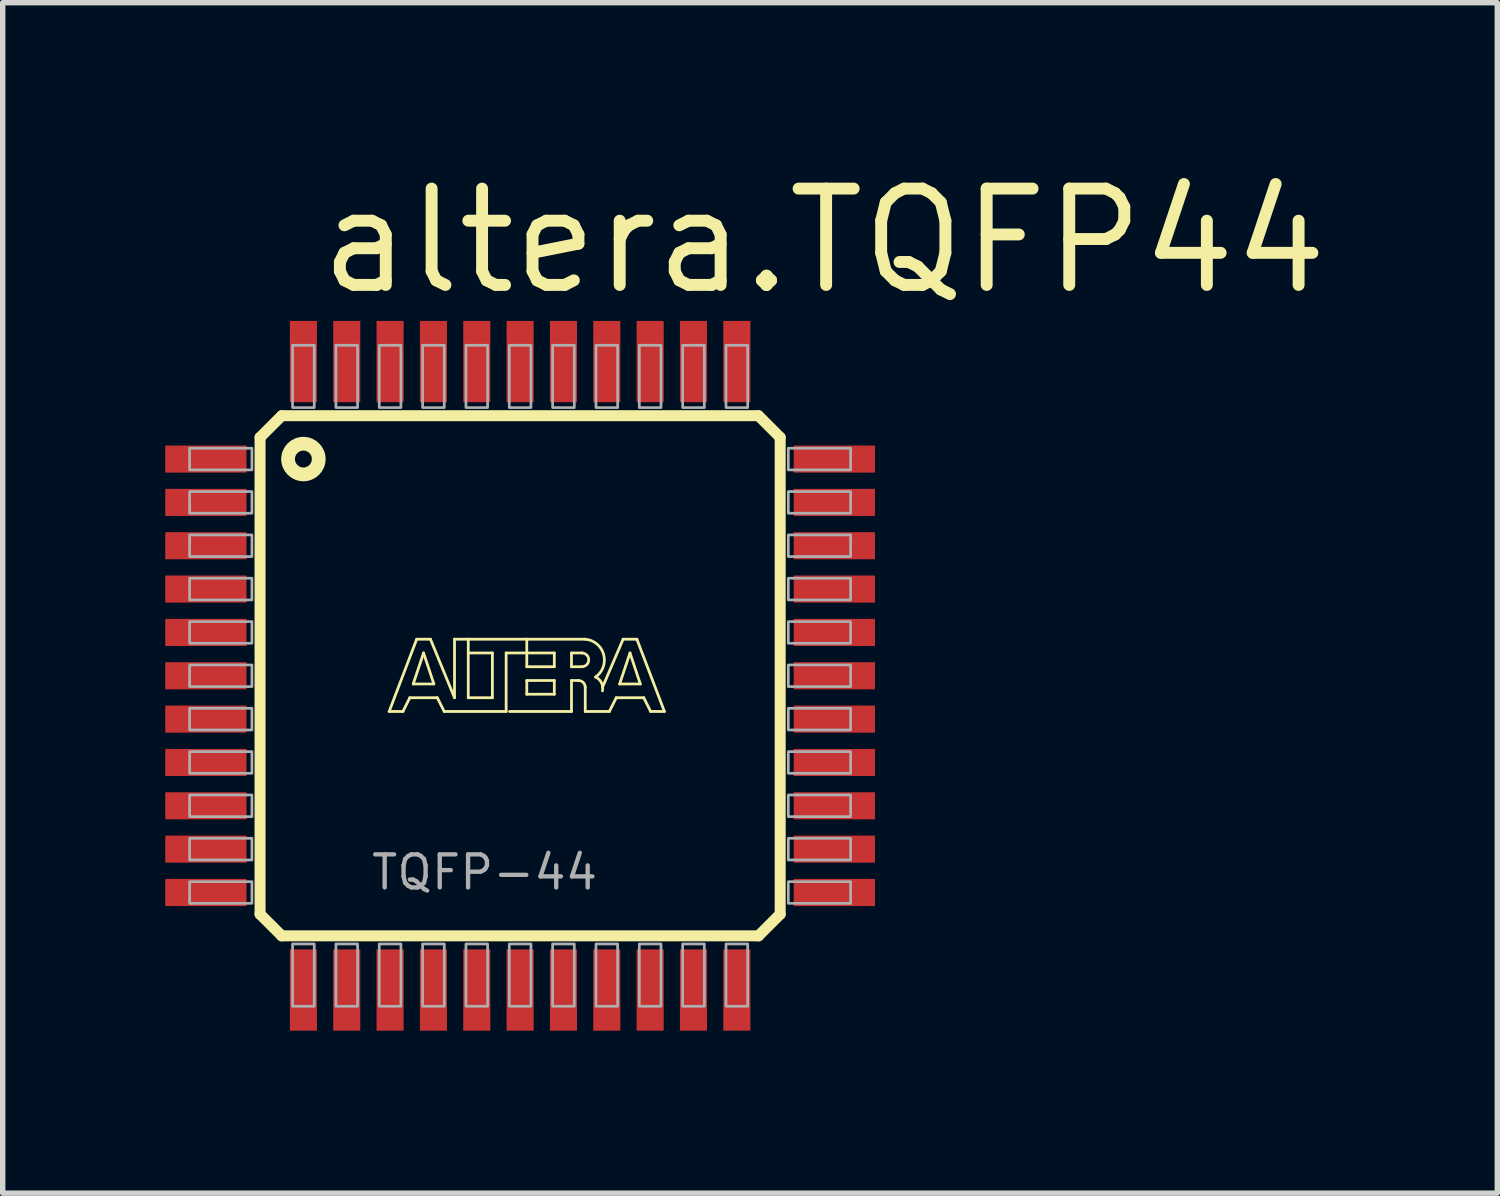
<source format=kicad_pcb>
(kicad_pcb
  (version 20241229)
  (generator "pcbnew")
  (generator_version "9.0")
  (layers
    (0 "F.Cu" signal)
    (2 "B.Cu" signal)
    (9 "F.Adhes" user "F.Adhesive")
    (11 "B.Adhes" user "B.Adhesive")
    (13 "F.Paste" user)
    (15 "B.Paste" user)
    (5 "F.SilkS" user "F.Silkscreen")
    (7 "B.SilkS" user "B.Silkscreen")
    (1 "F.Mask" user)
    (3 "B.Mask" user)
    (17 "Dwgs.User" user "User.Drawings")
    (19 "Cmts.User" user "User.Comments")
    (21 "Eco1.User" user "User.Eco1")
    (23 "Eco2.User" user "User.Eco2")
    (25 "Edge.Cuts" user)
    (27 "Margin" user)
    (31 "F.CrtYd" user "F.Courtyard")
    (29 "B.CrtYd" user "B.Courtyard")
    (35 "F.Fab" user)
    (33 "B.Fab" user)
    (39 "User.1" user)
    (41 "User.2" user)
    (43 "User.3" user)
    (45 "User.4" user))
  (footprint "altera.TQFP44"
    (layer "F.Cu")
    (at 6.55 9.423)
    (property "Reference" "altera.TQFP44" (at -3.81 -6.985 0) (layer "F.SilkS") (effects (font (size 1.778 1.778) (thickness 0.22)) (justify left bottom)))
    (attr smd)
    (fp_line (start -4.8 -4.4) (end -4.4 -4.8) (stroke (width 0.203) (type default)) (layer "F.SilkS"))
    (fp_line (start -4.8 4.4) (end -4.8 -4.4) (stroke (width 0.203) (type default)) (layer "F.SilkS"))
    (fp_line (start -4.4 -4.8) (end 4.4 -4.8) (stroke (width 0.203) (type default)) (layer "F.SilkS"))
    (fp_line (start -4.4 4.8) (end -4.8 4.4) (stroke (width 0.203) (type default)) (layer "F.SilkS"))
    (fp_line (start -2.417 0.659) (end -1.909 -0.675) (stroke (width 0.051) (type default)) (layer "F.SilkS"))
    (fp_line (start -2.163 0.659) (end -2.417 0.659) (stroke (width 0.051) (type default)) (layer "F.SilkS"))
    (fp_line (start -2.036 0.405) (end -2.163 0.659) (stroke (width 0.051) (type default)) (layer "F.SilkS"))
    (fp_line (start -1.973 0.151) (end -1.592 0.151) (stroke (width 0.051) (type default)) (layer "F.SilkS"))
    (fp_line (start -1.909 -0.675) (end -1.655 -0.675) (stroke (width 0.051) (type default)) (layer "F.SilkS"))
    (fp_line (start -1.782 -0.421) (end -1.973 0.151) (stroke (width 0.051) (type default)) (layer "F.SilkS"))
    (fp_line (start -1.655 -0.675) (end -1.211 0.405) (stroke (width 0.051) (type default)) (layer "F.SilkS"))
    (fp_line (start -1.592 0.151) (end -1.782 -0.421) (stroke (width 0.051) (type default)) (layer "F.SilkS"))
    (fp_line (start -1.528 0.405) (end -2.036 0.405) (stroke (width 0.051) (type default)) (layer "F.SilkS"))
    (fp_line (start -1.401 0.659) (end -1.528 0.405) (stroke (width 0.051) (type default)) (layer "F.SilkS"))
    (fp_line (start -1.211 -0.675) (end -0.957 -0.675) (stroke (width 0.051) (type default)) (layer "F.SilkS"))
    (fp_line (start -1.211 0.405) (end -1.211 -0.675) (stroke (width 0.051) (type default)) (layer "F.SilkS"))
    (fp_line (start -0.957 -0.675) (end -0.957 -0.421) (stroke (width 0.051) (type default)) (layer "F.SilkS"))
    (fp_line (start -0.957 -0.675) (end 0.123 -0.675) (stroke (width 0.051) (type default)) (layer "F.SilkS"))
    (fp_line (start -0.957 -0.421) (end -0.957 0.405) (stroke (width 0.051) (type default)) (layer "F.SilkS"))
    (fp_line (start -0.957 0.405) (end -0.512 0.405) (stroke (width 0.051) (type default)) (layer "F.SilkS"))
    (fp_line (start -0.512 -0.421) (end -0.957 -0.421) (stroke (width 0.051) (type default)) (layer "F.SilkS"))
    (fp_line (start -0.512 0.405) (end -0.512 -0.421) (stroke (width 0.051) (type default)) (layer "F.SilkS"))
    (fp_line (start -0.258 -0.421) (end -0.258 0.659) (stroke (width 0.051) (type default)) (layer "F.SilkS"))
    (fp_line (start -0.258 0.659) (end -1.401 0.659) (stroke (width 0.051) (type default)) (layer "F.SilkS"))
    (fp_line (start 0.123 -0.675) (end 0.123 -0.421) (stroke (width 0.051) (type default)) (layer "F.SilkS"))
    (fp_line (start 0.123 -0.675) (end 1.202 -0.675) (stroke (width 0.051) (type default)) (layer "F.SilkS"))
    (fp_line (start 0.123 -0.421) (end -0.258 -0.421) (stroke (width 0.051) (type default)) (layer "F.SilkS"))
    (fp_line (start 0.123 -0.421) (end 0.123 -0.167) (stroke (width 0.051) (type default)) (layer "F.SilkS"))
    (fp_line (start 0.123 -0.167) (end 0.631 -0.167) (stroke (width 0.051) (type default)) (layer "F.SilkS"))
    (fp_line (start 0.123 0.087) (end 0.631 0.087) (stroke (width 0.051) (type default)) (layer "F.SilkS"))
    (fp_line (start 0.123 0.341) (end 0.123 0.087) (stroke (width 0.051) (type default)) (layer "F.SilkS"))
    (fp_line (start 0.631 -0.421) (end 0.123 -0.421) (stroke (width 0.051) (type default)) (layer "F.SilkS"))
    (fp_line (start 0.631 -0.167) (end 0.631 -0.421) (stroke (width 0.051) (type default)) (layer "F.SilkS"))
    (fp_line (start 0.631 0.087) (end 0.631 0.341) (stroke (width 0.051) (type default)) (layer "F.SilkS"))
    (fp_line (start 0.631 0.341) (end 0.123 0.341) (stroke (width 0.051) (type default)) (layer "F.SilkS"))
    (fp_line (start 0.948 -0.421) (end 0.948 -0.167) (stroke (width 0.051) (type default)) (layer "F.SilkS"))
    (fp_line (start 0.948 -0.167) (end 1.139 -0.167) (stroke (width 0.051) (type default)) (layer "F.SilkS"))
    (fp_line (start 0.948 0.087) (end 0.948 0.659) (stroke (width 0.051) (type default)) (layer "F.SilkS"))
    (fp_line (start 0.948 0.087) (end 1.075 0.087) (stroke (width 0.051) (type default)) (layer "F.SilkS"))
    (fp_line (start 0.948 0.659) (end -0.195 0.659) (stroke (width 0.051) (type default)) (layer "F.SilkS"))
    (fp_line (start 1.139 -0.421) (end 0.948 -0.421) (stroke (width 0.051) (type default)) (layer "F.SilkS"))
    (fp_line (start 1.202 0.214) (end 1.202 0.659) (stroke (width 0.051) (type default)) (layer "F.SilkS"))
    (fp_line (start 1.202 0.659) (end 1.647 0.659) (stroke (width 0.051) (type default)) (layer "F.SilkS"))
    (fp_line (start 1.647 0.659) (end 1.774 0.405) (stroke (width 0.051) (type default)) (layer "F.SilkS"))
    (fp_line (start 1.774 0.405) (end 2.282 0.405) (stroke (width 0.051) (type default)) (layer "F.SilkS"))
    (fp_line (start 1.837 0.151) (end 2.028 -0.421) (stroke (width 0.051) (type default)) (layer "F.SilkS"))
    (fp_line (start 1.901 -0.675) (end 1.52 0.214) (stroke (width 0.051) (type default)) (layer "F.SilkS"))
    (fp_line (start 2.028 -0.421) (end 2.218 0.151) (stroke (width 0.051) (type default)) (layer "F.SilkS"))
    (fp_line (start 2.155 -0.675) (end 1.901 -0.675) (stroke (width 0.051) (type default)) (layer "F.SilkS"))
    (fp_line (start 2.218 0.151) (end 1.837 0.151) (stroke (width 0.051) (type default)) (layer "F.SilkS"))
    (fp_line (start 2.282 0.405) (end 2.409 0.659) (stroke (width 0.051) (type default)) (layer "F.SilkS"))
    (fp_line (start 2.409 0.659) (end 2.663 0.659) (stroke (width 0.051) (type default)) (layer "F.SilkS"))
    (fp_line (start 2.663 0.659) (end 2.155 -0.675) (stroke (width 0.051) (type default)) (layer "F.SilkS"))
    (fp_line (start 4.4 -4.8) (end 4.8 -4.4) (stroke (width 0.203) (type default)) (layer "F.SilkS"))
    (fp_line (start 4.4 4.8) (end -4.4 4.8) (stroke (width 0.203) (type default)) (layer "F.SilkS"))
    (fp_line (start 4.8 -4.4) (end 4.8 4.4) (stroke (width 0.203) (type default)) (layer "F.SilkS"))
    (fp_line (start 4.8 4.4) (end 4.4 4.8) (stroke (width 0.203) (type default)) (layer "F.SilkS"))
    (fp_arc (start 1.075 0.087) (mid 1.164803 0.124197) (end 1.202 0.214) (stroke (width 0.0508) (type default)) (layer "F.SilkS"))
    (fp_arc (start 1.139 -0.421) (mid 1.266 -0.294) (end 1.139 -0.167) (stroke (width 0.0508) (type default)) (layer "F.SilkS"))
    (fp_arc (start 1.202 -0.675) (mid 1.542015 -0.39233) (end 1.3928 0.0239) (stroke (width 0.0508) (type default)) (layer "F.SilkS"))
    (fp_arc (start 1.3929 0.0234) (mid 1.500901 0.128252) (end 1.5197 0.2776) (stroke (width 0.0508) (type default)) (layer "F.SilkS"))
    (fp_circle (center -4 -4) (end -3.717 -4) (stroke (width 0.254) (type default)) (fill no) (layer "F.SilkS"))
    (fp_rect (start -6.1 -3.8) (end -4.95 -4.2) (stroke (width 0.05) (type default)) (fill no) (layer "F.Fab"))
    (fp_rect (start -6.1 -3) (end -4.95 -3.4) (stroke (width 0.05) (type default)) (fill no) (layer "F.Fab"))
    (fp_rect (start -6.1 -2.2) (end -4.95 -2.6) (stroke (width 0.05) (type default)) (fill no) (layer "F.Fab"))
    (fp_rect (start -6.1 -1.4) (end -4.95 -1.8) (stroke (width 0.05) (type default)) (fill no) (layer "F.Fab"))
    (fp_rect (start -6.1 -0.6) (end -4.95 -1) (stroke (width 0.05) (type default)) (fill no) (layer "F.Fab"))
    (fp_rect (start -6.1 0.2) (end -4.95 -0.2) (stroke (width 0.05) (type default)) (fill no) (layer "F.Fab"))
    (fp_rect (start -6.1 1) (end -4.95 0.6) (stroke (width 0.05) (type default)) (fill no) (layer "F.Fab"))
    (fp_rect (start -6.1 1.8) (end -4.95 1.4) (stroke (width 0.05) (type default)) (fill no) (layer "F.Fab"))
    (fp_rect (start -6.1 2.6) (end -4.95 2.2) (stroke (width 0.05) (type default)) (fill no) (layer "F.Fab"))
    (fp_rect (start -6.1 3.4) (end -4.95 3) (stroke (width 0.05) (type default)) (fill no) (layer "F.Fab"))
    (fp_rect (start -6.1 4.2) (end -4.95 3.8) (stroke (width 0.05) (type default)) (fill no) (layer "F.Fab"))
    (fp_rect (start -4.2 -4.95) (end -3.8 -6.1) (stroke (width 0.05) (type default)) (fill no) (layer "F.Fab"))
    (fp_rect (start -4.2 6.1) (end -3.8 4.95) (stroke (width 0.05) (type default)) (fill no) (layer "F.Fab"))
    (fp_rect (start -3.4 -4.95) (end -3 -6.1) (stroke (width 0.05) (type default)) (fill no) (layer "F.Fab"))
    (fp_rect (start -3.4 6.1) (end -3 4.95) (stroke (width 0.05) (type default)) (fill no) (layer "F.Fab"))
    (fp_rect (start -2.6 -4.95) (end -2.2 -6.1) (stroke (width 0.05) (type default)) (fill no) (layer "F.Fab"))
    (fp_rect (start -2.6 6.1) (end -2.2 4.95) (stroke (width 0.05) (type default)) (fill no) (layer "F.Fab"))
    (fp_rect (start -1.8 -4.95) (end -1.4 -6.1) (stroke (width 0.05) (type default)) (fill no) (layer "F.Fab"))
    (fp_rect (start -1.8 6.1) (end -1.4 4.95) (stroke (width 0.05) (type default)) (fill no) (layer "F.Fab"))
    (fp_rect (start -1 -4.95) (end -0.6 -6.1) (stroke (width 0.05) (type default)) (fill no) (layer "F.Fab"))
    (fp_rect (start -1 6.1) (end -0.6 4.95) (stroke (width 0.05) (type default)) (fill no) (layer "F.Fab"))
    (fp_rect (start -0.2 -4.95) (end 0.2 -6.1) (stroke (width 0.05) (type default)) (fill no) (layer "F.Fab"))
    (fp_rect (start -0.2 6.1) (end 0.2 4.95) (stroke (width 0.05) (type default)) (fill no) (layer "F.Fab"))
    (fp_rect (start 0.6 -4.95) (end 1 -6.1) (stroke (width 0.05) (type default)) (fill no) (layer "F.Fab"))
    (fp_rect (start 0.6 6.1) (end 1 4.95) (stroke (width 0.05) (type default)) (fill no) (layer "F.Fab"))
    (fp_rect (start 1.4 -4.95) (end 1.8 -6.1) (stroke (width 0.05) (type default)) (fill no) (layer "F.Fab"))
    (fp_rect (start 1.4 6.1) (end 1.8 4.95) (stroke (width 0.05) (type default)) (fill no) (layer "F.Fab"))
    (fp_rect (start 2.2 -4.95) (end 2.6 -6.1) (stroke (width 0.05) (type default)) (fill no) (layer "F.Fab"))
    (fp_rect (start 2.2 6.1) (end 2.6 4.95) (stroke (width 0.05) (type default)) (fill no) (layer "F.Fab"))
    (fp_rect (start 3 -4.95) (end 3.4 -6.1) (stroke (width 0.05) (type default)) (fill no) (layer "F.Fab"))
    (fp_rect (start 3 6.1) (end 3.4 4.95) (stroke (width 0.05) (type default)) (fill no) (layer "F.Fab"))
    (fp_rect (start 3.8 -4.95) (end 4.2 -6.1) (stroke (width 0.05) (type default)) (fill no) (layer "F.Fab"))
    (fp_rect (start 3.8 6.1) (end 4.2 4.95) (stroke (width 0.05) (type default)) (fill no) (layer "F.Fab"))
    (fp_rect (start 4.95 -3.8) (end 6.1 -4.2) (stroke (width 0.05) (type default)) (fill no) (layer "F.Fab"))
    (fp_rect (start 4.95 -3) (end 6.1 -3.4) (stroke (width 0.05) (type default)) (fill no) (layer "F.Fab"))
    (fp_rect (start 4.95 -2.2) (end 6.1 -2.6) (stroke (width 0.05) (type default)) (fill no) (layer "F.Fab"))
    (fp_rect (start 4.95 -1.4) (end 6.1 -1.8) (stroke (width 0.05) (type default)) (fill no) (layer "F.Fab"))
    (fp_rect (start 4.95 -0.6) (end 6.1 -1) (stroke (width 0.05) (type default)) (fill no) (layer "F.Fab"))
    (fp_rect (start 4.95 0.2) (end 6.1 -0.2) (stroke (width 0.05) (type default)) (fill no) (layer "F.Fab"))
    (fp_rect (start 4.95 1) (end 6.1 0.6) (stroke (width 0.05) (type default)) (fill no) (layer "F.Fab"))
    (fp_rect (start 4.95 1.8) (end 6.1 1.4) (stroke (width 0.05) (type default)) (fill no) (layer "F.Fab"))
    (fp_rect (start 4.95 2.6) (end 6.1 2.2) (stroke (width 0.05) (type default)) (fill no) (layer "F.Fab"))
    (fp_rect (start 4.95 3.4) (end 6.1 3) (stroke (width 0.05) (type default)) (fill no) (layer "F.Fab"))
    (fp_rect (start 4.95 4.2) (end 6.1 3.8) (stroke (width 0.05) (type default)) (fill no) (layer "F.Fab"))
    (fp_text user "TQFP-44" (at -2.785 3.985 0) (layer "F.Fab") (effects (font (size 0.61 0.61) (thickness 0.08)) (justify left bottom)))
    (pad "1" smd roundrect (at -5.8 -4) (size 1.5 0.5) (layers "F.Cu" "F.Mask" "F.Paste") (roundrect_rratio 0.01))
    (pad "2" smd roundrect (at -5.8 -3.2) (size 1.5 0.5) (layers "F.Cu" "F.Mask" "F.Paste") (roundrect_rratio 0.01))
    (pad "3" smd roundrect (at -5.8 -2.4) (size 1.5 0.5) (layers "F.Cu" "F.Mask" "F.Paste") (roundrect_rratio 0.01))
    (pad "4" smd roundrect (at -5.8 -1.6) (size 1.5 0.5) (layers "F.Cu" "F.Mask" "F.Paste") (roundrect_rratio 0.01))
    (pad "5" smd roundrect (at -5.8 -0.8) (size 1.5 0.5) (layers "F.Cu" "F.Mask" "F.Paste") (roundrect_rratio 0.01))
    (pad "6" smd roundrect (at -5.8 0) (size 1.5 0.5) (layers "F.Cu" "F.Mask" "F.Paste") (roundrect_rratio 0.01))
    (pad "7" smd roundrect (at -5.8 0.8) (size 1.5 0.5) (layers "F.Cu" "F.Mask" "F.Paste") (roundrect_rratio 0.01))
    (pad "8" smd roundrect (at -5.8 1.6) (size 1.5 0.5) (layers "F.Cu" "F.Mask" "F.Paste") (roundrect_rratio 0.01))
    (pad "9" smd roundrect (at -5.8 2.4) (size 1.5 0.5) (layers "F.Cu" "F.Mask" "F.Paste") (roundrect_rratio 0.01))
    (pad "10" smd roundrect (at -5.8 3.2) (size 1.5 0.5) (layers "F.Cu" "F.Mask" "F.Paste") (roundrect_rratio 0.01))
    (pad "11" smd roundrect (at -5.8 4) (size 1.5 0.5) (layers "F.Cu" "F.Mask" "F.Paste") (roundrect_rratio 0.01))
    (pad "12" smd roundrect (at -4 5.8) (size 0.5 1.5) (layers "F.Cu" "F.Mask" "F.Paste") (roundrect_rratio 0.01))
    (pad "13" smd roundrect (at -3.2 5.8) (size 0.5 1.5) (layers "F.Cu" "F.Mask" "F.Paste") (roundrect_rratio 0.01))
    (pad "14" smd roundrect (at -2.4 5.8) (size 0.5 1.5) (layers "F.Cu" "F.Mask" "F.Paste") (roundrect_rratio 0.01))
    (pad "15" smd roundrect (at -1.6 5.8) (size 0.5 1.5) (layers "F.Cu" "F.Mask" "F.Paste") (roundrect_rratio 0.01))
    (pad "16" smd roundrect (at -0.8 5.8) (size 0.5 1.5) (layers "F.Cu" "F.Mask" "F.Paste") (roundrect_rratio 0.01))
    (pad "17" smd roundrect (at 0 5.8) (size 0.5 1.5) (layers "F.Cu" "F.Mask" "F.Paste") (roundrect_rratio 0.01))
    (pad "18" smd roundrect (at 0.8 5.8) (size 0.5 1.5) (layers "F.Cu" "F.Mask" "F.Paste") (roundrect_rratio 0.01))
    (pad "19" smd roundrect (at 1.6 5.8) (size 0.5 1.5) (layers "F.Cu" "F.Mask" "F.Paste") (roundrect_rratio 0.01))
    (pad "20" smd roundrect (at 2.4 5.8) (size 0.5 1.5) (layers "F.Cu" "F.Mask" "F.Paste") (roundrect_rratio 0.01))
    (pad "21" smd roundrect (at 3.2 5.8) (size 0.5 1.5) (layers "F.Cu" "F.Mask" "F.Paste") (roundrect_rratio 0.01))
    (pad "22" smd roundrect (at 4 5.8) (size 0.5 1.5) (layers "F.Cu" "F.Mask" "F.Paste") (roundrect_rratio 0.01))
    (pad "23" smd roundrect (at 5.8 4) (size 1.5 0.5) (layers "F.Cu" "F.Mask" "F.Paste") (roundrect_rratio 0.01))
    (pad "24" smd roundrect (at 5.8 3.2) (size 1.5 0.5) (layers "F.Cu" "F.Mask" "F.Paste") (roundrect_rratio 0.01))
    (pad "25" smd roundrect (at 5.8 2.4) (size 1.5 0.5) (layers "F.Cu" "F.Mask" "F.Paste") (roundrect_rratio 0.01))
    (pad "26" smd roundrect (at 5.8 1.6) (size 1.5 0.5) (layers "F.Cu" "F.Mask" "F.Paste") (roundrect_rratio 0.01))
    (pad "27" smd roundrect (at 5.8 0.8) (size 1.5 0.5) (layers "F.Cu" "F.Mask" "F.Paste") (roundrect_rratio 0.01))
    (pad "28" smd roundrect (at 5.8 0) (size 1.5 0.5) (layers "F.Cu" "F.Mask" "F.Paste") (roundrect_rratio 0.01))
    (pad "29" smd roundrect (at 5.8 -0.8) (size 1.5 0.5) (layers "F.Cu" "F.Mask" "F.Paste") (roundrect_rratio 0.01))
    (pad "30" smd roundrect (at 5.8 -1.6) (size 1.5 0.5) (layers "F.Cu" "F.Mask" "F.Paste") (roundrect_rratio 0.01))
    (pad "31" smd roundrect (at 5.8 -2.4) (size 1.5 0.5) (layers "F.Cu" "F.Mask" "F.Paste") (roundrect_rratio 0.01))
    (pad "32" smd roundrect (at 5.8 -3.2) (size 1.5 0.5) (layers "F.Cu" "F.Mask" "F.Paste") (roundrect_rratio 0.01))
    (pad "33" smd roundrect (at 5.8 -4) (size 1.5 0.5) (layers "F.Cu" "F.Mask" "F.Paste") (roundrect_rratio 0.01))
    (pad "34" smd roundrect (at 4 -5.8) (size 0.5 1.5) (layers "F.Cu" "F.Mask" "F.Paste") (roundrect_rratio 0.01))
    (pad "35" smd roundrect (at 3.2 -5.8) (size 0.5 1.5) (layers "F.Cu" "F.Mask" "F.Paste") (roundrect_rratio 0.01))
    (pad "36" smd roundrect (at 2.4 -5.8) (size 0.5 1.5) (layers "F.Cu" "F.Mask" "F.Paste") (roundrect_rratio 0.01))
    (pad "37" smd roundrect (at 1.6 -5.8) (size 0.5 1.5) (layers "F.Cu" "F.Mask" "F.Paste") (roundrect_rratio 0.01))
    (pad "38" smd roundrect (at 0.8 -5.8) (size 0.5 1.5) (layers "F.Cu" "F.Mask" "F.Paste") (roundrect_rratio 0.01))
    (pad "39" smd roundrect (at 0 -5.8) (size 0.5 1.5) (layers "F.Cu" "F.Mask" "F.Paste") (roundrect_rratio 0.01))
    (pad "40" smd roundrect (at -0.8 -5.8) (size 0.5 1.5) (layers "F.Cu" "F.Mask" "F.Paste") (roundrect_rratio 0.01))
    (pad "41" smd roundrect (at -1.6 -5.8) (size 0.5 1.5) (layers "F.Cu" "F.Mask" "F.Paste") (roundrect_rratio 0.01))
    (pad "42" smd roundrect (at -2.4 -5.8) (size 0.5 1.5) (layers "F.Cu" "F.Mask" "F.Paste") (roundrect_rratio 0.01))
    (pad "43" smd roundrect (at -3.2 -5.8) (size 0.5 1.5) (layers "F.Cu" "F.Mask" "F.Paste") (roundrect_rratio 0.01))
    (pad "44" smd roundrect (at -4 -5.8) (size 0.5 1.5) (layers "F.Cu" "F.Mask" "F.Paste") (roundrect_rratio 0.01)))
  (gr_rect
    (start -3 -3)
    (end 24.586 18.973)
    (stroke (width 0.1) (type default))
    (fill no)
    (layer "Edge.Cuts")))
</source>
